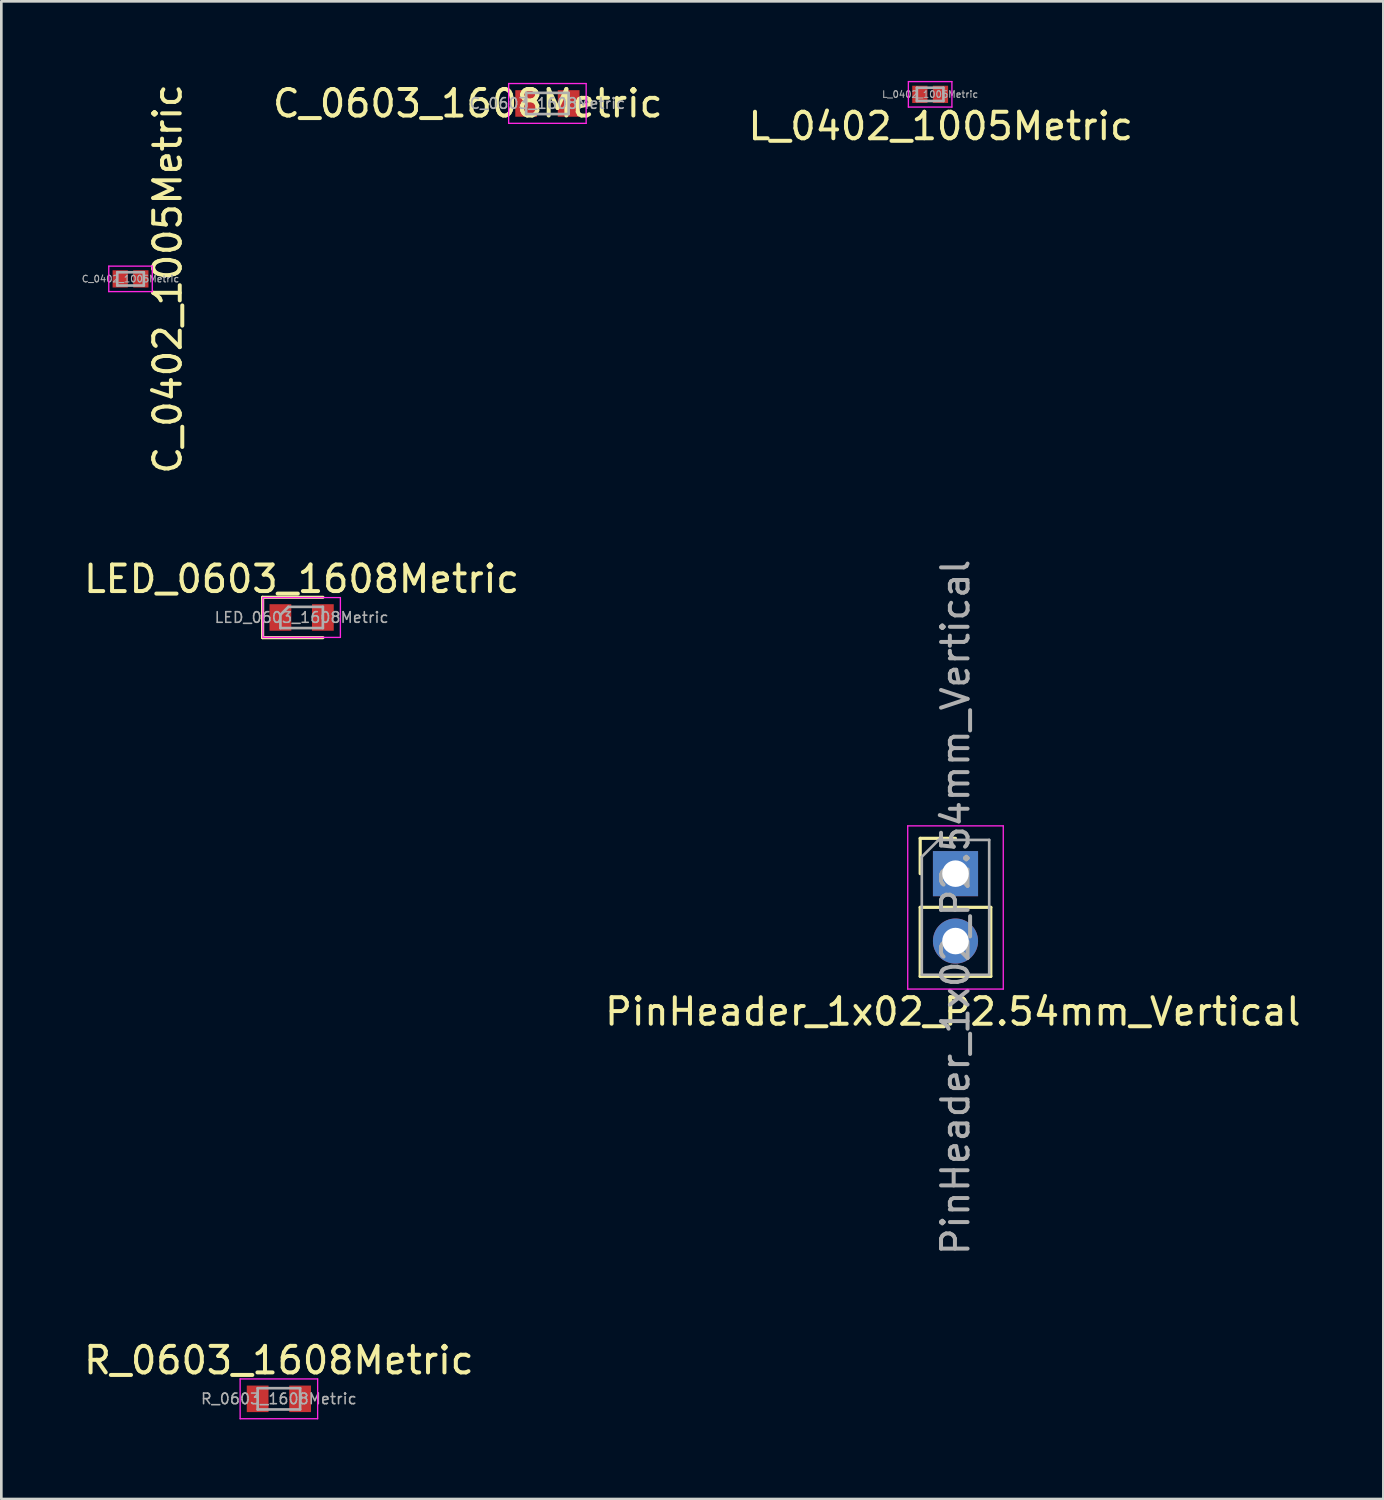
<source format=kicad_pcb>
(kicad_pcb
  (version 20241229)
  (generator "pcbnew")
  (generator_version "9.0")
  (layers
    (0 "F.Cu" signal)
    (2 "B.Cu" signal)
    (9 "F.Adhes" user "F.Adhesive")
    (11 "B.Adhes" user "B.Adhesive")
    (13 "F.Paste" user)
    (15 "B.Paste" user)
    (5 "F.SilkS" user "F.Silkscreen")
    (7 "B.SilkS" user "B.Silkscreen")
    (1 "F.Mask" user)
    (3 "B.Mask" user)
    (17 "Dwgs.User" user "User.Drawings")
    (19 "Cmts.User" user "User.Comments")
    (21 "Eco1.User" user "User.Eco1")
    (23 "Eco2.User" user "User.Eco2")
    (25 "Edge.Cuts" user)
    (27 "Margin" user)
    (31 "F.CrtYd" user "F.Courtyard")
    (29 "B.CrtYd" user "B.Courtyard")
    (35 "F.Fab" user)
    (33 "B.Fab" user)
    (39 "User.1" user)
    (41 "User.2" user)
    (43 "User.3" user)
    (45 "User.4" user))
  (footprint "C_0603_1608Metric"
    (layer "F.Cu")
    (at 17.575 0.848)
    (property "Reference" "C_0603_1608Metric" (at -3 0 0) (layer "F.SilkS") (effects (font (size 1 1) (thickness 0.15))))
    (attr smd)
    (fp_line (start -1.46 -0.75) (end 1.46 -0.75) (stroke (width 0.05) (type solid)) (layer "F.CrtYd"))
    (fp_line (start -1.46 0.75) (end -1.46 -0.75) (stroke (width 0.05) (type solid)) (layer "F.CrtYd"))
    (fp_line (start 1.46 -0.75) (end 1.46 0.75) (stroke (width 0.05) (type solid)) (layer "F.CrtYd"))
    (fp_line (start 1.46 0.75) (end -1.46 0.75) (stroke (width 0.05) (type solid)) (layer "F.CrtYd"))
    (fp_line (start -0.8 -0.4) (end 0.8 -0.4) (stroke (width 0.1) (type solid)) (layer "F.Fab"))
    (fp_line (start -0.8 0.4) (end -0.8 -0.4) (stroke (width 0.1) (type solid)) (layer "F.Fab"))
    (fp_line (start 0.8 -0.4) (end 0.8 0.4) (stroke (width 0.1) (type solid)) (layer "F.Fab"))
    (fp_line (start 0.8 0.4) (end -0.8 0.4) (stroke (width 0.1) (type solid)) (layer "F.Fab"))
    (fp_text user "${REFERENCE}" (at 0 0 0) (layer "F.Fab") (effects (font (size 0.4 0.4) (thickness 0.06))))
    (pad "1" smd rect (at -0.8 0) (size 0.82 1) (layers "F.Cu" "F.Mask" "F.Paste"))
    (pad "2" smd rect (at 0.8 0) (size 0.82 1) (layers "F.Cu" "F.Mask" "F.Paste")))
  (footprint "L_0402_1005Metric"
    (layer "F.Cu")
    (at 31.996 0.505)
    (property "Reference" "L_0402_1005Metric" (at 0.4 1.2 0) (layer "F.SilkS") (effects (font (size 1 1) (thickness 0.15))))
    (attr smd)
    (fp_line (start -0.82 -0.48) (end 0.82 -0.48) (stroke (width 0.05) (type solid)) (layer "F.CrtYd"))
    (fp_line (start -0.82 0.48) (end -0.82 -0.48) (stroke (width 0.05) (type solid)) (layer "F.CrtYd"))
    (fp_line (start 0.82 -0.48) (end 0.82 0.48) (stroke (width 0.05) (type solid)) (layer "F.CrtYd"))
    (fp_line (start 0.82 0.48) (end -0.82 0.48) (stroke (width 0.05) (type solid)) (layer "F.CrtYd"))
    (fp_line (start -0.5 -0.25) (end 0.5 -0.25) (stroke (width 0.1) (type solid)) (layer "F.Fab"))
    (fp_line (start -0.5 0.25) (end -0.5 -0.25) (stroke (width 0.1) (type solid)) (layer "F.Fab"))
    (fp_line (start 0.5 -0.25) (end 0.5 0.25) (stroke (width 0.1) (type solid)) (layer "F.Fab"))
    (fp_line (start 0.5 0.25) (end -0.5 0.25) (stroke (width 0.1) (type solid)) (layer "F.Fab"))
    (fp_text user "${REFERENCE}" (at 0 0 0) (layer "F.Fab") (effects (font (size 0.25 0.25) (thickness 0.04))))
    (pad "1" smd rect (at -0.388 0) (size 0.575 0.65) (layers "F.Cu" "F.Mask" "F.Paste"))
    (pad "2" smd rect (at 0.388 0) (size 0.575 0.65) (layers "F.Cu" "F.Mask" "F.Paste")))
  (footprint "PinHeader_1x02_P2.54mm_Vertical"
    (layer "F.Cu")
    (at 32.951 29.867)
    (property "Reference" "PinHeader_1x02_P2.54mm_Vertical" (at -0.1 5.2 0) (layer "F.SilkS") (effects (font (size 1 1) (thickness 0.15))))
    (attr through_hole)
    (fp_line (start -1.33 -1.33) (end 0 -1.33) (stroke (width 0.12) (type solid)) (layer "F.SilkS"))
    (fp_line (start -1.33 0) (end -1.33 -1.33) (stroke (width 0.12) (type solid)) (layer "F.SilkS"))
    (fp_line (start -1.33 1.27) (end -1.33 3.87) (stroke (width 0.12) (type solid)) (layer "F.SilkS"))
    (fp_line (start -1.33 1.27) (end 1.33 1.27) (stroke (width 0.12) (type solid)) (layer "F.SilkS"))
    (fp_line (start -1.33 3.87) (end 1.33 3.87) (stroke (width 0.12) (type solid)) (layer "F.SilkS"))
    (fp_line (start 1.33 1.27) (end 1.33 3.87) (stroke (width 0.12) (type solid)) (layer "F.SilkS"))
    (fp_line (start -1.8 -1.8) (end -1.8 4.35) (stroke (width 0.05) (type solid)) (layer "F.CrtYd"))
    (fp_line (start -1.8 4.35) (end 1.8 4.35) (stroke (width 0.05) (type solid)) (layer "F.CrtYd"))
    (fp_line (start 1.8 -1.8) (end -1.8 -1.8) (stroke (width 0.05) (type solid)) (layer "F.CrtYd"))
    (fp_line (start 1.8 4.35) (end 1.8 -1.8) (stroke (width 0.05) (type solid)) (layer "F.CrtYd"))
    (fp_line (start -1.27 -0.635) (end -0.635 -1.27) (stroke (width 0.1) (type solid)) (layer "F.Fab"))
    (fp_line (start -1.27 3.81) (end -1.27 -0.635) (stroke (width 0.1) (type solid)) (layer "F.Fab"))
    (fp_line (start -0.635 -1.27) (end 1.27 -1.27) (stroke (width 0.1) (type solid)) (layer "F.Fab"))
    (fp_line (start 1.27 -1.27) (end 1.27 3.81) (stroke (width 0.1) (type solid)) (layer "F.Fab"))
    (fp_line (start 1.27 3.81) (end -1.27 3.81) (stroke (width 0.1) (type solid)) (layer "F.Fab"))
    (fp_text user "${REFERENCE}" (at 0 1.27 90) (layer "F.Fab") (effects (font (size 1 1) (thickness 0.15))))
    (pad "1" thru_hole rect (at 0 0) (size 1.7 1.7) (drill 1) (layers "*.Cu" "*.Mask"))
    (pad "2" thru_hole oval (at 0 2.54) (size 1.7 1.7) (drill 1) (layers "*.Cu" "*.Mask")))
  (footprint "R_0603_1608Metric"
    (layer "F.Cu")
    (at 7.458 49.655)
    (property "Reference" "R_0603_1608Metric" (at 0 -1.45 0) (layer "F.SilkS") (effects (font (size 1 1) (thickness 0.15))))
    (attr smd)
    (fp_line (start -1.46 -0.75) (end 1.46 -0.75) (stroke (width 0.05) (type solid)) (layer "F.CrtYd"))
    (fp_line (start -1.46 0.75) (end -1.46 -0.75) (stroke (width 0.05) (type solid)) (layer "F.CrtYd"))
    (fp_line (start 1.46 -0.75) (end 1.46 0.75) (stroke (width 0.05) (type solid)) (layer "F.CrtYd"))
    (fp_line (start 1.46 0.75) (end -1.46 0.75) (stroke (width 0.05) (type solid)) (layer "F.CrtYd"))
    (fp_line (start -0.8 -0.4) (end 0.8 -0.4) (stroke (width 0.1) (type solid)) (layer "F.Fab"))
    (fp_line (start -0.8 0.4) (end -0.8 -0.4) (stroke (width 0.1) (type solid)) (layer "F.Fab"))
    (fp_line (start 0.8 -0.4) (end 0.8 0.4) (stroke (width 0.1) (type solid)) (layer "F.Fab"))
    (fp_line (start 0.8 0.4) (end -0.8 0.4) (stroke (width 0.1) (type solid)) (layer "F.Fab"))
    (fp_text user "${REFERENCE}" (at 0 0 0) (layer "F.Fab") (effects (font (size 0.4 0.4) (thickness 0.06))))
    (pad "1" smd rect (at -0.8 0) (size 0.82 1) (layers "F.Cu" "F.Mask" "F.Paste"))
    (pad "2" smd rect (at 0.8 0) (size 0.82 1) (layers "F.Cu" "F.Mask" "F.Paste")))
  (footprint "C_0402_1005Metric"
    (layer "F.Cu")
    (at 1.868 7.458)
    (property "Reference" "C_0402_1005Metric" (at 1.4 0 90) (layer "F.SilkS") (effects (font (size 1 1) (thickness 0.15))))
    (attr smd)
    (fp_line (start -0.82 -0.48) (end 0.82 -0.48) (stroke (width 0.05) (type solid)) (layer "F.CrtYd"))
    (fp_line (start -0.82 0.48) (end -0.82 -0.48) (stroke (width 0.05) (type solid)) (layer "F.CrtYd"))
    (fp_line (start 0.82 -0.48) (end 0.82 0.48) (stroke (width 0.05) (type solid)) (layer "F.CrtYd"))
    (fp_line (start 0.82 0.48) (end -0.82 0.48) (stroke (width 0.05) (type solid)) (layer "F.CrtYd"))
    (fp_line (start -0.5 -0.25) (end 0.5 -0.25) (stroke (width 0.1) (type solid)) (layer "F.Fab"))
    (fp_line (start -0.5 0.25) (end -0.5 -0.25) (stroke (width 0.1) (type solid)) (layer "F.Fab"))
    (fp_line (start 0.5 -0.25) (end 0.5 0.25) (stroke (width 0.1) (type solid)) (layer "F.Fab"))
    (fp_line (start 0.5 0.25) (end -0.5 0.25) (stroke (width 0.1) (type solid)) (layer "F.Fab"))
    (fp_text user "${REFERENCE}" (at 0 0 0) (layer "F.Fab") (effects (font (size 0.25 0.25) (thickness 0.04))))
    (pad "1" smd rect (at -0.388 0) (size 0.575 0.65) (layers "F.Cu" "F.Mask" "F.Paste"))
    (pad "2" smd rect (at 0.388 0) (size 0.575 0.65) (layers "F.Cu" "F.Mask" "F.Paste")))
  (footprint "LED_0603_1608Metric"
    (layer "F.Cu")
    (at 8.315 20.215)
    (property "Reference" "LED_0603_1608Metric" (at 0 -1.45 0) (layer "F.SilkS") (effects (font (size 1 1) (thickness 0.15))))
    (attr smd)
    (fp_line (start -1.47 -0.76) (end -1.47 0.76) (stroke (width 0.12) (type solid)) (layer "F.SilkS"))
    (fp_line (start -1.47 0.76) (end 0.8 0.76) (stroke (width 0.12) (type solid)) (layer "F.SilkS"))
    (fp_line (start 0.8 -0.76) (end -1.47 -0.76) (stroke (width 0.12) (type solid)) (layer "F.SilkS"))
    (fp_line (start -1.46 -0.75) (end 1.46 -0.75) (stroke (width 0.05) (type solid)) (layer "F.CrtYd"))
    (fp_line (start -1.46 0.75) (end -1.46 -0.75) (stroke (width 0.05) (type solid)) (layer "F.CrtYd"))
    (fp_line (start 1.46 -0.75) (end 1.46 0.75) (stroke (width 0.05) (type solid)) (layer "F.CrtYd"))
    (fp_line (start 1.46 0.75) (end -1.46 0.75) (stroke (width 0.05) (type solid)) (layer "F.CrtYd"))
    (fp_line (start -0.8 -0.1) (end -0.8 0.4) (stroke (width 0.1) (type solid)) (layer "F.Fab"))
    (fp_line (start -0.8 0.4) (end 0.8 0.4) (stroke (width 0.1) (type solid)) (layer "F.Fab"))
    (fp_line (start -0.5 -0.4) (end -0.8 -0.1) (stroke (width 0.1) (type solid)) (layer "F.Fab"))
    (fp_line (start 0.8 -0.4) (end -0.5 -0.4) (stroke (width 0.1) (type solid)) (layer "F.Fab"))
    (fp_line (start 0.8 0.4) (end 0.8 -0.4) (stroke (width 0.1) (type solid)) (layer "F.Fab"))
    (fp_text user "${REFERENCE}" (at 0 0 0) (layer "F.Fab") (effects (font (size 0.4 0.4) (thickness 0.06))))
    (pad "1" smd rect (at -0.8 0) (size 0.82 1) (layers "F.Cu" "F.Mask" "F.Paste"))
    (pad "2" smd rect (at 0.8 0) (size 0.82 1) (layers "F.Cu" "F.Mask" "F.Paste")))
  (gr_rect
    (start -3 -3)
    (end 49.071 53.43)
    (stroke (width 0.1) (type default))
    (fill no)
    (layer "Edge.Cuts")))
</source>
